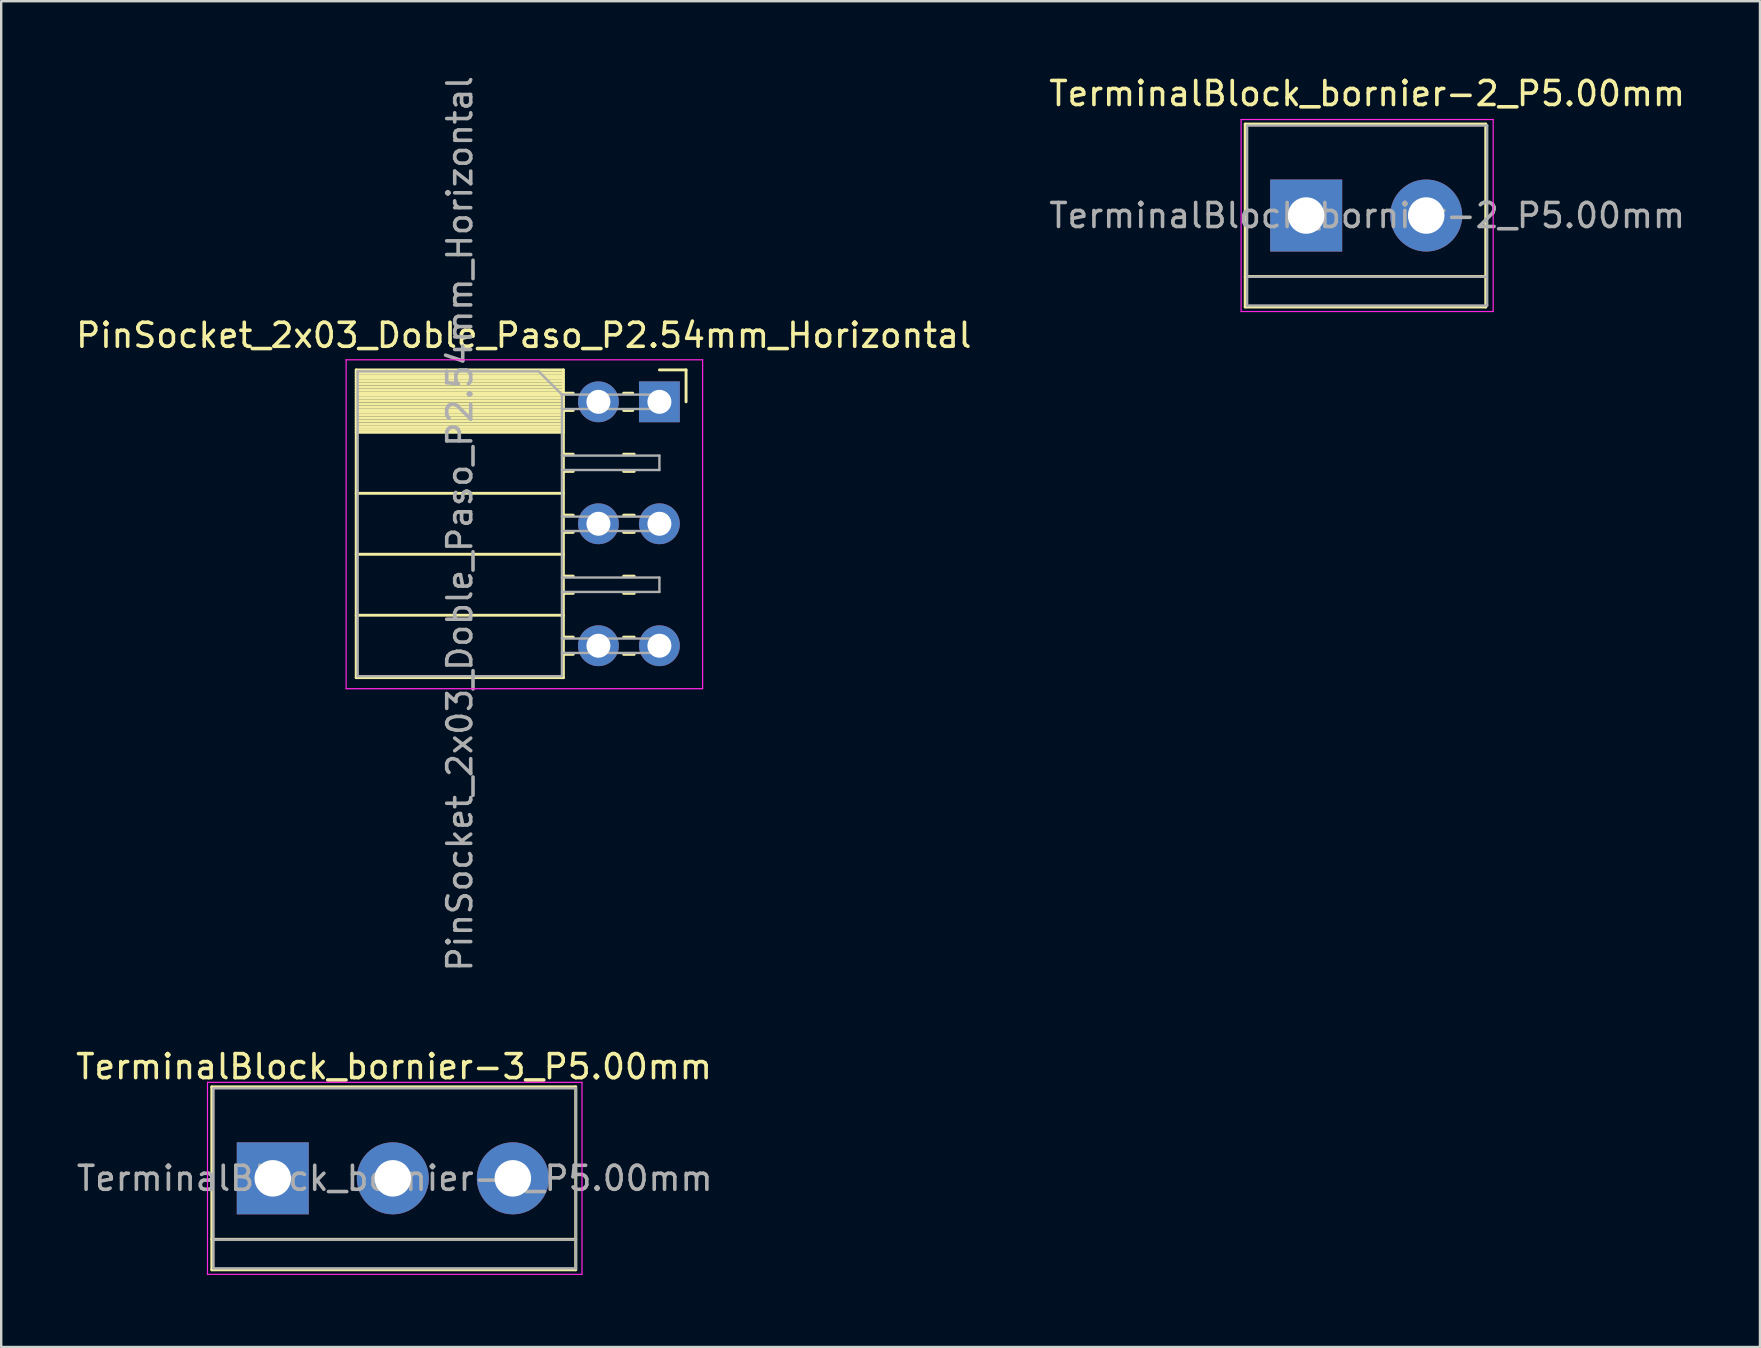
<source format=kicad_pcb>
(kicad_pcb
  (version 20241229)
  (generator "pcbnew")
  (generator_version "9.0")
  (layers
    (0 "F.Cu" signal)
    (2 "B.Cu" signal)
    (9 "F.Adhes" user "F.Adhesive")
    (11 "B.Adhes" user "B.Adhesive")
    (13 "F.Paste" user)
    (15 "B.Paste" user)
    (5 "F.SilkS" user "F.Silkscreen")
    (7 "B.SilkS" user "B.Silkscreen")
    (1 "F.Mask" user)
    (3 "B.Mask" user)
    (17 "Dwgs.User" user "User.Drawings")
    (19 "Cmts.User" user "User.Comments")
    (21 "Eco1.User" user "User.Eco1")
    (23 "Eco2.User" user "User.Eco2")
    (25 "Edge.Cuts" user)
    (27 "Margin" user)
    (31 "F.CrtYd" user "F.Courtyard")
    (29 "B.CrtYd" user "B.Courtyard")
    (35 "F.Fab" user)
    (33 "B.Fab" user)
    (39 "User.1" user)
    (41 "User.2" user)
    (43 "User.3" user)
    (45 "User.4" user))
  (footprint "TerminalBlock_bornier-3_P5.00mm"
    (layer "F.Cu")
    (at 8.313 46.034)
    (property "Reference" "TerminalBlock_bornier-3_P5.00mm" (at 5.05 -4.65 0) (layer "F.SilkS") (effects (font (size 1 1) (thickness 0.15))))
    (attr through_hole)
    (fp_line (start -2.54 -3.81) (end 12.62 -3.81) (stroke (width 0.12) (type solid)) (layer "F.SilkS"))
    (fp_line (start -2.54 2.54) (end 12.62 2.54) (stroke (width 0.12) (type solid)) (layer "F.SilkS"))
    (fp_line (start -2.54 3.81) (end -2.54 -3.81) (stroke (width 0.12) (type solid)) (layer "F.SilkS"))
    (fp_line (start -2.54 3.81) (end 12.62 3.81) (stroke (width 0.12) (type solid)) (layer "F.SilkS"))
    (fp_line (start 12.62 3.81) (end 12.62 -3.81) (stroke (width 0.12) (type solid)) (layer "F.SilkS"))
    (fp_line (start -2.72 -4) (end -2.72 4) (stroke (width 0.05) (type solid)) (layer "F.CrtYd"))
    (fp_line (start -2.72 -4) (end 12.88 -4) (stroke (width 0.05) (type solid)) (layer "F.CrtYd"))
    (fp_line (start 12.88 4) (end -2.72 4) (stroke (width 0.05) (type solid)) (layer "F.CrtYd"))
    (fp_line (start 12.88 4) (end 12.88 -4) (stroke (width 0.05) (type solid)) (layer "F.CrtYd"))
    (fp_line (start -2.47 -3.75) (end 12.63 -3.75) (stroke (width 0.1) (type solid)) (layer "F.Fab"))
    (fp_line (start -2.47 2.55) (end 12.63 2.55) (stroke (width 0.1) (type solid)) (layer "F.Fab"))
    (fp_line (start -2.47 3.75) (end -2.47 -3.75) (stroke (width 0.1) (type solid)) (layer "F.Fab"))
    (fp_line (start 12.63 -3.75) (end 12.63 3.75) (stroke (width 0.1) (type solid)) (layer "F.Fab"))
    (fp_line (start 12.63 3.75) (end -2.47 3.75) (stroke (width 0.1) (type solid)) (layer "F.Fab"))
    (fp_text user "${REFERENCE}" (at 5.08 0 0) (layer "F.Fab") (effects (font (size 1 1) (thickness 0.15))))
    (pad "1" thru_hole rect (at 0 0) (size 3 3) (drill 1.52) (layers "*.Cu" "*.Mask"))
    (pad "2" thru_hole circle (at 5 0) (size 3 3) (drill 1.52) (layers "*.Cu" "*.Mask"))
    (pad "3" thru_hole circle (at 10 0) (size 3 3) (drill 1.52) (layers "*.Cu" "*.Mask")))
  (footprint "TerminalBlock_bornier-2_P5.00mm"
    (layer "F.Cu")
    (at 51.359 5.928)
    (property "Reference" "TerminalBlock_bornier-2_P5.00mm" (at 2.54 -5.08 0) (layer "F.SilkS") (effects (font (size 1 1) (thickness 0.15))))
    (attr through_hole)
    (fp_line (start -2.54 -3.81) (end -2.54 3.81) (stroke (width 0.12) (type solid)) (layer "F.SilkS"))
    (fp_line (start -2.54 3.81) (end 7.48 3.81) (stroke (width 0.12) (type solid)) (layer "F.SilkS"))
    (fp_line (start 7.48 -3.81) (end -2.54 -3.81) (stroke (width 0.12) (type solid)) (layer "F.SilkS"))
    (fp_line (start 7.48 2.54) (end -2.54 2.54) (stroke (width 0.12) (type solid)) (layer "F.SilkS"))
    (fp_line (start 7.48 3.81) (end 7.48 -3.81) (stroke (width 0.12) (type solid)) (layer "F.SilkS"))
    (fp_line (start -2.71 -4) (end -2.71 4) (stroke (width 0.05) (type solid)) (layer "F.CrtYd"))
    (fp_line (start -2.71 -4) (end 7.79 -4) (stroke (width 0.05) (type solid)) (layer "F.CrtYd"))
    (fp_line (start 7.79 4) (end -2.71 4) (stroke (width 0.05) (type solid)) (layer "F.CrtYd"))
    (fp_line (start 7.79 4) (end 7.79 -4) (stroke (width 0.05) (type solid)) (layer "F.CrtYd"))
    (fp_line (start -2.46 -3.75) (end -2.46 3.75) (stroke (width 0.1) (type solid)) (layer "F.Fab"))
    (fp_line (start -2.46 3.75) (end 7.54 3.75) (stroke (width 0.1) (type solid)) (layer "F.Fab"))
    (fp_line (start -2.41 2.55) (end 7.49 2.55) (stroke (width 0.1) (type solid)) (layer "F.Fab"))
    (fp_line (start 7.54 -3.75) (end -2.46 -3.75) (stroke (width 0.1) (type solid)) (layer "F.Fab"))
    (fp_line (start 7.54 3.75) (end 7.54 -3.75) (stroke (width 0.1) (type solid)) (layer "F.Fab"))
    (fp_text user "${REFERENCE}" (at 2.54 0 0) (layer "F.Fab") (effects (font (size 1 1) (thickness 0.15))))
    (pad "1" thru_hole rect (at 0 0) (size 3 3) (drill 1.52) (layers "*.Cu" "*.Mask"))
    (pad "2" thru_hole circle (at 5 0) (size 3 3) (drill 1.52) (layers "*.Cu" "*.Mask")))
  (footprint "PinSocket_2x03_Doble_Paso_P2.54mm_Horizontal"
    (layer "F.Cu")
    (at 24.418 13.688)
    (property "Reference" "PinSocket_2x03_Doble_Paso_P2.54mm_Horizontal" (at -5.65 -2.77 0) (layer "F.SilkS") (effects (font (size 1 1) (thickness 0.15))))
    (attr through_hole)
    (fp_line (start -12.63 -1.33) (end -12.63 11.49) (stroke (width 0.12) (type solid)) (layer "F.SilkS"))
    (fp_line (start -12.63 -1.33) (end -4 -1.33) (stroke (width 0.12) (type solid)) (layer "F.SilkS"))
    (fp_line (start -12.63 -1.21) (end -4 -1.21) (stroke (width 0.12) (type solid)) (layer "F.SilkS"))
    (fp_line (start -12.63 -1.092) (end -4 -1.092) (stroke (width 0.12) (type solid)) (layer "F.SilkS"))
    (fp_line (start -12.63 -0.974) (end -4 -0.974) (stroke (width 0.12) (type solid)) (layer "F.SilkS"))
    (fp_line (start -12.63 -0.856) (end -4 -0.856) (stroke (width 0.12) (type solid)) (layer "F.SilkS"))
    (fp_line (start -12.63 -0.738) (end -4 -0.738) (stroke (width 0.12) (type solid)) (layer "F.SilkS"))
    (fp_line (start -12.63 -0.62) (end -4 -0.62) (stroke (width 0.12) (type solid)) (layer "F.SilkS"))
    (fp_line (start -12.63 -0.501) (end -4 -0.501) (stroke (width 0.12) (type solid)) (layer "F.SilkS"))
    (fp_line (start -12.63 -0.383) (end -4 -0.383) (stroke (width 0.12) (type solid)) (layer "F.SilkS"))
    (fp_line (start -12.63 -0.265) (end -4 -0.265) (stroke (width 0.12) (type solid)) (layer "F.SilkS"))
    (fp_line (start -12.63 -0.147) (end -4 -0.147) (stroke (width 0.12) (type solid)) (layer "F.SilkS"))
    (fp_line (start -12.63 -0.029) (end -4 -0.029) (stroke (width 0.12) (type solid)) (layer "F.SilkS"))
    (fp_line (start -12.63 0.089) (end -4 0.089) (stroke (width 0.12) (type solid)) (layer "F.SilkS"))
    (fp_line (start -12.63 0.207) (end -4 0.207) (stroke (width 0.12) (type solid)) (layer "F.SilkS"))
    (fp_line (start -12.63 0.325) (end -4 0.325) (stroke (width 0.12) (type solid)) (layer "F.SilkS"))
    (fp_line (start -12.63 0.443) (end -4 0.443) (stroke (width 0.12) (type solid)) (layer "F.SilkS"))
    (fp_line (start -12.63 0.561) (end -4 0.561) (stroke (width 0.12) (type solid)) (layer "F.SilkS"))
    (fp_line (start -12.63 0.68) (end -4 0.68) (stroke (width 0.12) (type solid)) (layer "F.SilkS"))
    (fp_line (start -12.63 0.798) (end -4 0.798) (stroke (width 0.12) (type solid)) (layer "F.SilkS"))
    (fp_line (start -12.63 0.916) (end -4 0.916) (stroke (width 0.12) (type solid)) (layer "F.SilkS"))
    (fp_line (start -12.63 1.034) (end -4 1.034) (stroke (width 0.12) (type solid)) (layer "F.SilkS"))
    (fp_line (start -12.63 1.152) (end -4 1.152) (stroke (width 0.12) (type solid)) (layer "F.SilkS"))
    (fp_line (start -12.63 1.27) (end -4 1.27) (stroke (width 0.12) (type solid)) (layer "F.SilkS"))
    (fp_line (start -12.63 3.81) (end -4 3.81) (stroke (width 0.12) (type solid)) (layer "F.SilkS"))
    (fp_line (start -12.63 6.35) (end -4 6.35) (stroke (width 0.12) (type solid)) (layer "F.SilkS"))
    (fp_line (start -12.63 8.89) (end -4 8.89) (stroke (width 0.12) (type solid)) (layer "F.SilkS"))
    (fp_line (start -12.63 11.49) (end -4 11.49) (stroke (width 0.12) (type solid)) (layer "F.SilkS"))
    (fp_line (start -4 -1.33) (end -4 11.49) (stroke (width 0.12) (type solid)) (layer "F.SilkS"))
    (fp_line (start -4 -0.36) (end -3.59 -0.36) (stroke (width 0.12) (type solid)) (layer "F.SilkS"))
    (fp_line (start -4 0.36) (end -3.59 0.36) (stroke (width 0.12) (type solid)) (layer "F.SilkS"))
    (fp_line (start -4 2.18) (end -3.59 2.18) (stroke (width 0.12) (type solid)) (layer "F.SilkS"))
    (fp_line (start -4 2.9) (end -3.59 2.9) (stroke (width 0.12) (type solid)) (layer "F.SilkS"))
    (fp_line (start -4 4.72) (end -3.59 4.72) (stroke (width 0.12) (type solid)) (layer "F.SilkS"))
    (fp_line (start -4 5.44) (end -3.59 5.44) (stroke (width 0.12) (type solid)) (layer "F.SilkS"))
    (fp_line (start -4 7.26) (end -3.59 7.26) (stroke (width 0.12) (type solid)) (layer "F.SilkS"))
    (fp_line (start -4 7.98) (end -3.59 7.98) (stroke (width 0.12) (type solid)) (layer "F.SilkS"))
    (fp_line (start -4 9.8) (end -3.59 9.8) (stroke (width 0.12) (type solid)) (layer "F.SilkS"))
    (fp_line (start -4 10.52) (end -3.59 10.52) (stroke (width 0.12) (type solid)) (layer "F.SilkS"))
    (fp_line (start -1.49 -0.36) (end -1.11 -0.36) (stroke (width 0.12) (type solid)) (layer "F.SilkS"))
    (fp_line (start -1.49 0.36) (end -1.11 0.36) (stroke (width 0.12) (type solid)) (layer "F.SilkS"))
    (fp_line (start -1.49 2.18) (end -1.05 2.18) (stroke (width 0.12) (type solid)) (layer "F.SilkS"))
    (fp_line (start -1.49 2.9) (end -1.05 2.9) (stroke (width 0.12) (type solid)) (layer "F.SilkS"))
    (fp_line (start -1.49 4.72) (end -1.05 4.72) (stroke (width 0.12) (type solid)) (layer "F.SilkS"))
    (fp_line (start -1.49 5.44) (end -1.05 5.44) (stroke (width 0.12) (type solid)) (layer "F.SilkS"))
    (fp_line (start -1.49 7.26) (end -1.05 7.26) (stroke (width 0.12) (type solid)) (layer "F.SilkS"))
    (fp_line (start -1.49 7.98) (end -1.05 7.98) (stroke (width 0.12) (type solid)) (layer "F.SilkS"))
    (fp_line (start -1.49 9.8) (end -1.05 9.8) (stroke (width 0.12) (type solid)) (layer "F.SilkS"))
    (fp_line (start -1.49 10.52) (end -1.05 10.52) (stroke (width 0.12) (type solid)) (layer "F.SilkS"))
    (fp_line (start 0 -1.33) (end 1.11 -1.33) (stroke (width 0.12) (type solid)) (layer "F.SilkS"))
    (fp_line (start 1.11 -1.33) (end 1.11 0) (stroke (width 0.12) (type solid)) (layer "F.SilkS"))
    (fp_line (start -13.05 -1.75) (end -13.05 11.95) (stroke (width 0.05) (type solid)) (layer "F.CrtYd"))
    (fp_line (start -13.05 11.95) (end 1.8 11.95) (stroke (width 0.05) (type solid)) (layer "F.CrtYd"))
    (fp_line (start 1.8 -1.75) (end -13.05 -1.75) (stroke (width 0.05) (type solid)) (layer "F.CrtYd"))
    (fp_line (start 1.8 11.95) (end 1.8 -1.75) (stroke (width 0.05) (type solid)) (layer "F.CrtYd"))
    (fp_line (start -12.57 -1.27) (end -5.03 -1.27) (stroke (width 0.1) (type solid)) (layer "F.Fab"))
    (fp_line (start -12.57 11.43) (end -12.57 -1.27) (stroke (width 0.1) (type solid)) (layer "F.Fab"))
    (fp_line (start -5.03 -1.27) (end -4.06 -0.3) (stroke (width 0.1) (type solid)) (layer "F.Fab"))
    (fp_line (start -4.06 -0.3) (end -4.06 11.43) (stroke (width 0.1) (type solid)) (layer "F.Fab"))
    (fp_line (start -4.06 0.3) (end 0 0.3) (stroke (width 0.1) (type solid)) (layer "F.Fab"))
    (fp_line (start -4.06 2.84) (end 0 2.84) (stroke (width 0.1) (type solid)) (layer "F.Fab"))
    (fp_line (start -4.06 5.38) (end 0 5.38) (stroke (width 0.1) (type solid)) (layer "F.Fab"))
    (fp_line (start -4.06 7.92) (end 0 7.92) (stroke (width 0.1) (type solid)) (layer "F.Fab"))
    (fp_line (start -4.06 10.46) (end 0 10.46) (stroke (width 0.1) (type solid)) (layer "F.Fab"))
    (fp_line (start -4.06 11.43) (end -12.57 11.43) (stroke (width 0.1) (type solid)) (layer "F.Fab"))
    (fp_line (start 0 -0.3) (end -4.06 -0.3) (stroke (width 0.1) (type solid)) (layer "F.Fab"))
    (fp_line (start 0 0.3) (end 0 -0.3) (stroke (width 0.1) (type solid)) (layer "F.Fab"))
    (fp_line (start 0 2.24) (end -4.06 2.24) (stroke (width 0.1) (type solid)) (layer "F.Fab"))
    (fp_line (start 0 2.84) (end 0 2.24) (stroke (width 0.1) (type solid)) (layer "F.Fab"))
    (fp_line (start 0 4.78) (end -4.06 4.78) (stroke (width 0.1) (type solid)) (layer "F.Fab"))
    (fp_line (start 0 5.38) (end 0 4.78) (stroke (width 0.1) (type solid)) (layer "F.Fab"))
    (fp_line (start 0 7.32) (end -4.06 7.32) (stroke (width 0.1) (type solid)) (layer "F.Fab"))
    (fp_line (start 0 7.92) (end 0 7.32) (stroke (width 0.1) (type solid)) (layer "F.Fab"))
    (fp_line (start 0 9.86) (end -4.06 9.86) (stroke (width 0.1) (type solid)) (layer "F.Fab"))
    (fp_line (start 0 10.46) (end 0 9.86) (stroke (width 0.1) (type solid)) (layer "F.Fab"))
    (fp_text user "${REFERENCE}" (at -8.315 5.08 90) (layer "F.Fab") (effects (font (size 1 1) (thickness 0.15))))
    (pad "1" thru_hole rect (at 0 0) (size 1.7 1.7) (drill 1) (layers "*.Cu" "*.Mask"))
    (pad "2" thru_hole oval (at -2.54 0) (size 1.7 1.7) (drill 1) (layers "*.Cu" "*.Mask"))
    (pad "5" thru_hole oval (at 0 5.08) (size 1.7 1.7) (drill 1) (layers "*.Cu" "*.Mask"))
    (pad "6" thru_hole oval (at -2.54 5.08) (size 1.7 1.7) (drill 1) (layers "*.Cu" "*.Mask"))
    (pad "9" thru_hole oval (at 0 10.16) (size 1.7 1.7) (drill 1) (layers "*.Cu" "*.Mask"))
    (pad "10" thru_hole oval (at -2.54 10.16) (size 1.7 1.7) (drill 1) (layers "*.Cu" "*.Mask")))
  (gr_rect
    (start -3 -3)
    (end 70.262 53.059)
    (stroke (width 0.1) (type default))
    (fill no)
    (layer "Edge.Cuts")))
</source>
